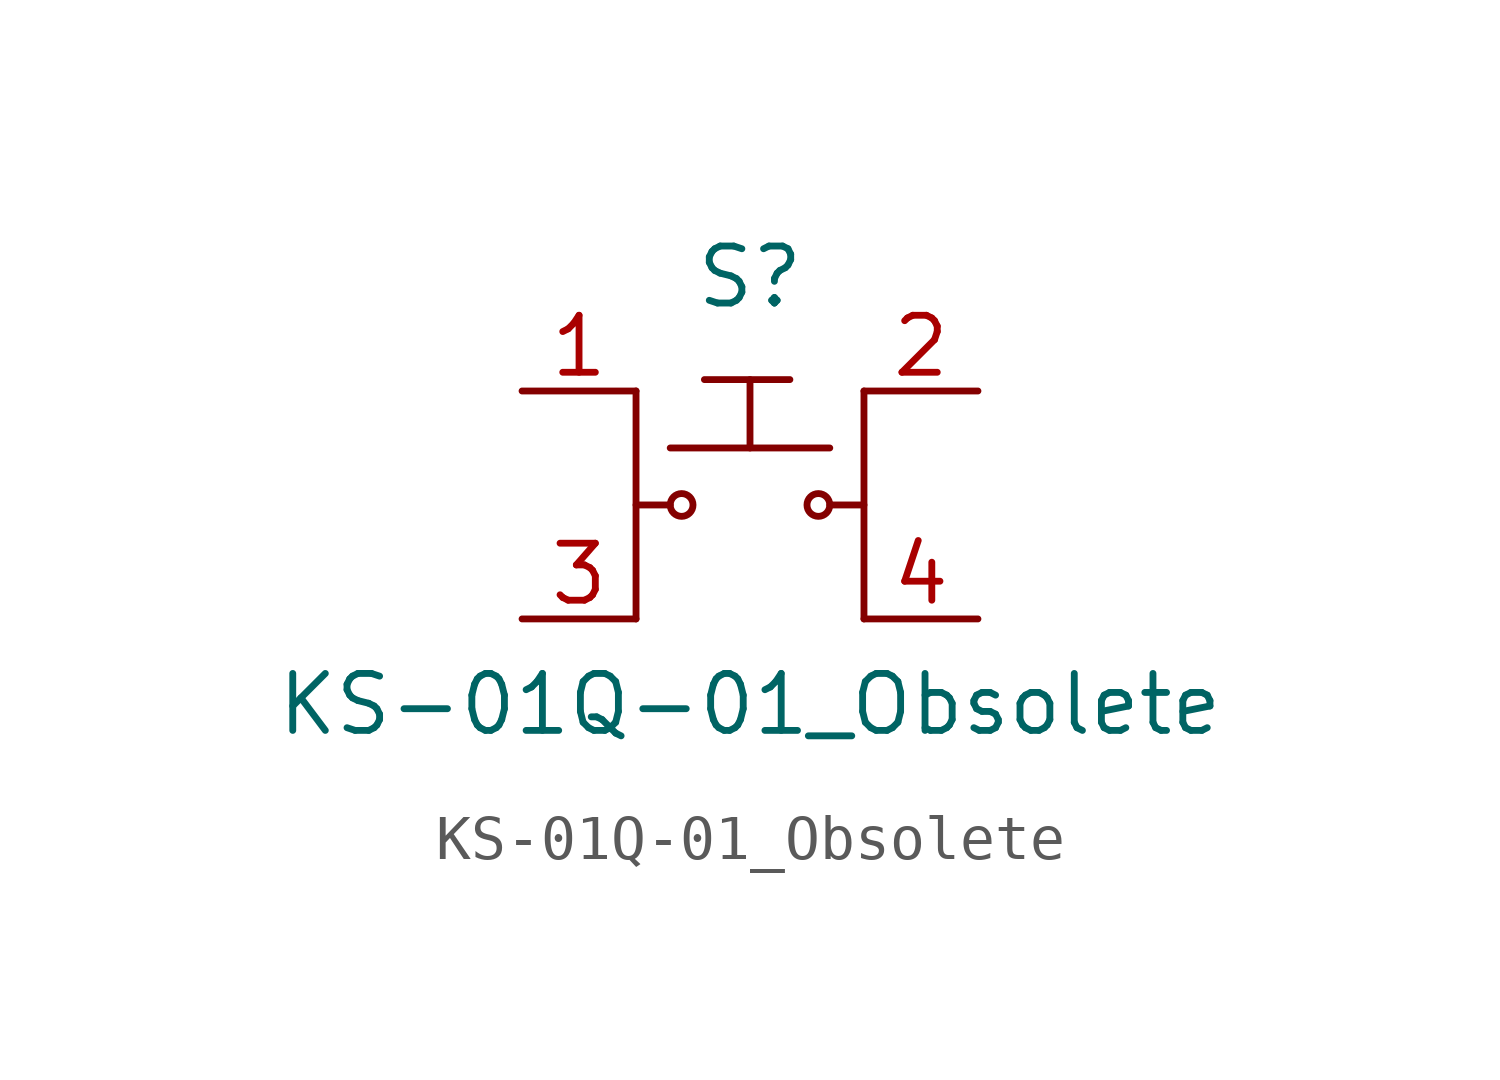
<source format=kicad_sym>
(kicad_symbol_lib
  (version 20231120)
  (generator "kicad_symbol_editor")
  (generator_version "8.0")
  (symbol "KS-01Q-01_Obsolete"
    (pin_names
      (offset 1.016))
    (property "Reference" "S"
      (at 0 5.08 0)
      (effects (font (size 1.27 1.27))))
    (property "Value" "KS-01Q-01_Obsolete"
      (at 0 -4.445 0)
      (effects (font (size 1.27 1.27))))
    (symbol "KS-01Q-01_Obsolete_0_1"
      (circle (center -1.524 0) (radius 0.254) (stroke (width 0) (type solid)) (fill (type none)))
      (polyline (pts (xy -2.54 2.54) (xy -2.54 -2.54)) (stroke (width 0) (type solid)) (fill (type none)))
      (polyline (pts (xy -1.778 0) (xy -2.54 0)) (stroke (width 0) (type solid)) (fill (type none)))
      (polyline (pts (xy -1.778 1.27) (xy 1.778 1.27)) (stroke (width 0) (type solid)) (fill (type none)))
      (polyline (pts (xy 2.54 -2.54) (xy 2.54 2.54)) (stroke (width 0) (type solid)) (fill (type none)))
      (polyline (pts (xy 2.54 0) (xy 1.778 0)) (stroke (width 0) (type solid)) (fill (type none)))
      (circle (center 1.524 0) (radius 0.254) (stroke (width 0) (type solid)) (fill (type none))))
    (symbol "KS-01Q-01_Obsolete_1_1"
      (polyline (pts (xy -1.016 2.794) (xy 0.889 2.794)) (stroke (width 0) (type solid)) (fill (type none)))
      (polyline (pts (xy 0 2.794) (xy 0 1.27)) (stroke (width 0) (type solid)) (fill (type none)))
      (pin passive line (at -5.08 2.54 0) (length 2.54) (name "~" (effects (font (size 1.27 1.27)))) (number "1" (effects (font (size 1.27 1.27)))))
      (pin passive line (at 5.08 2.54 180) (length 2.54) (name "~" (effects (font (size 1.27 1.27)))) (number "2" (effects (font (size 1.27 1.27)))))
      (pin passive line (at -5.08 -2.54 0) (length 2.54) (name "~" (effects (font (size 1.27 1.27)))) (number "3" (effects (font (size 1.27 1.27)))))
      (pin passive line (at 5.08 -2.54 180) (length 2.54) (name "~" (effects (font (size 1.27 1.27)))) (number "4" (effects (font (size 1.27 1.27))))))))
</source>
